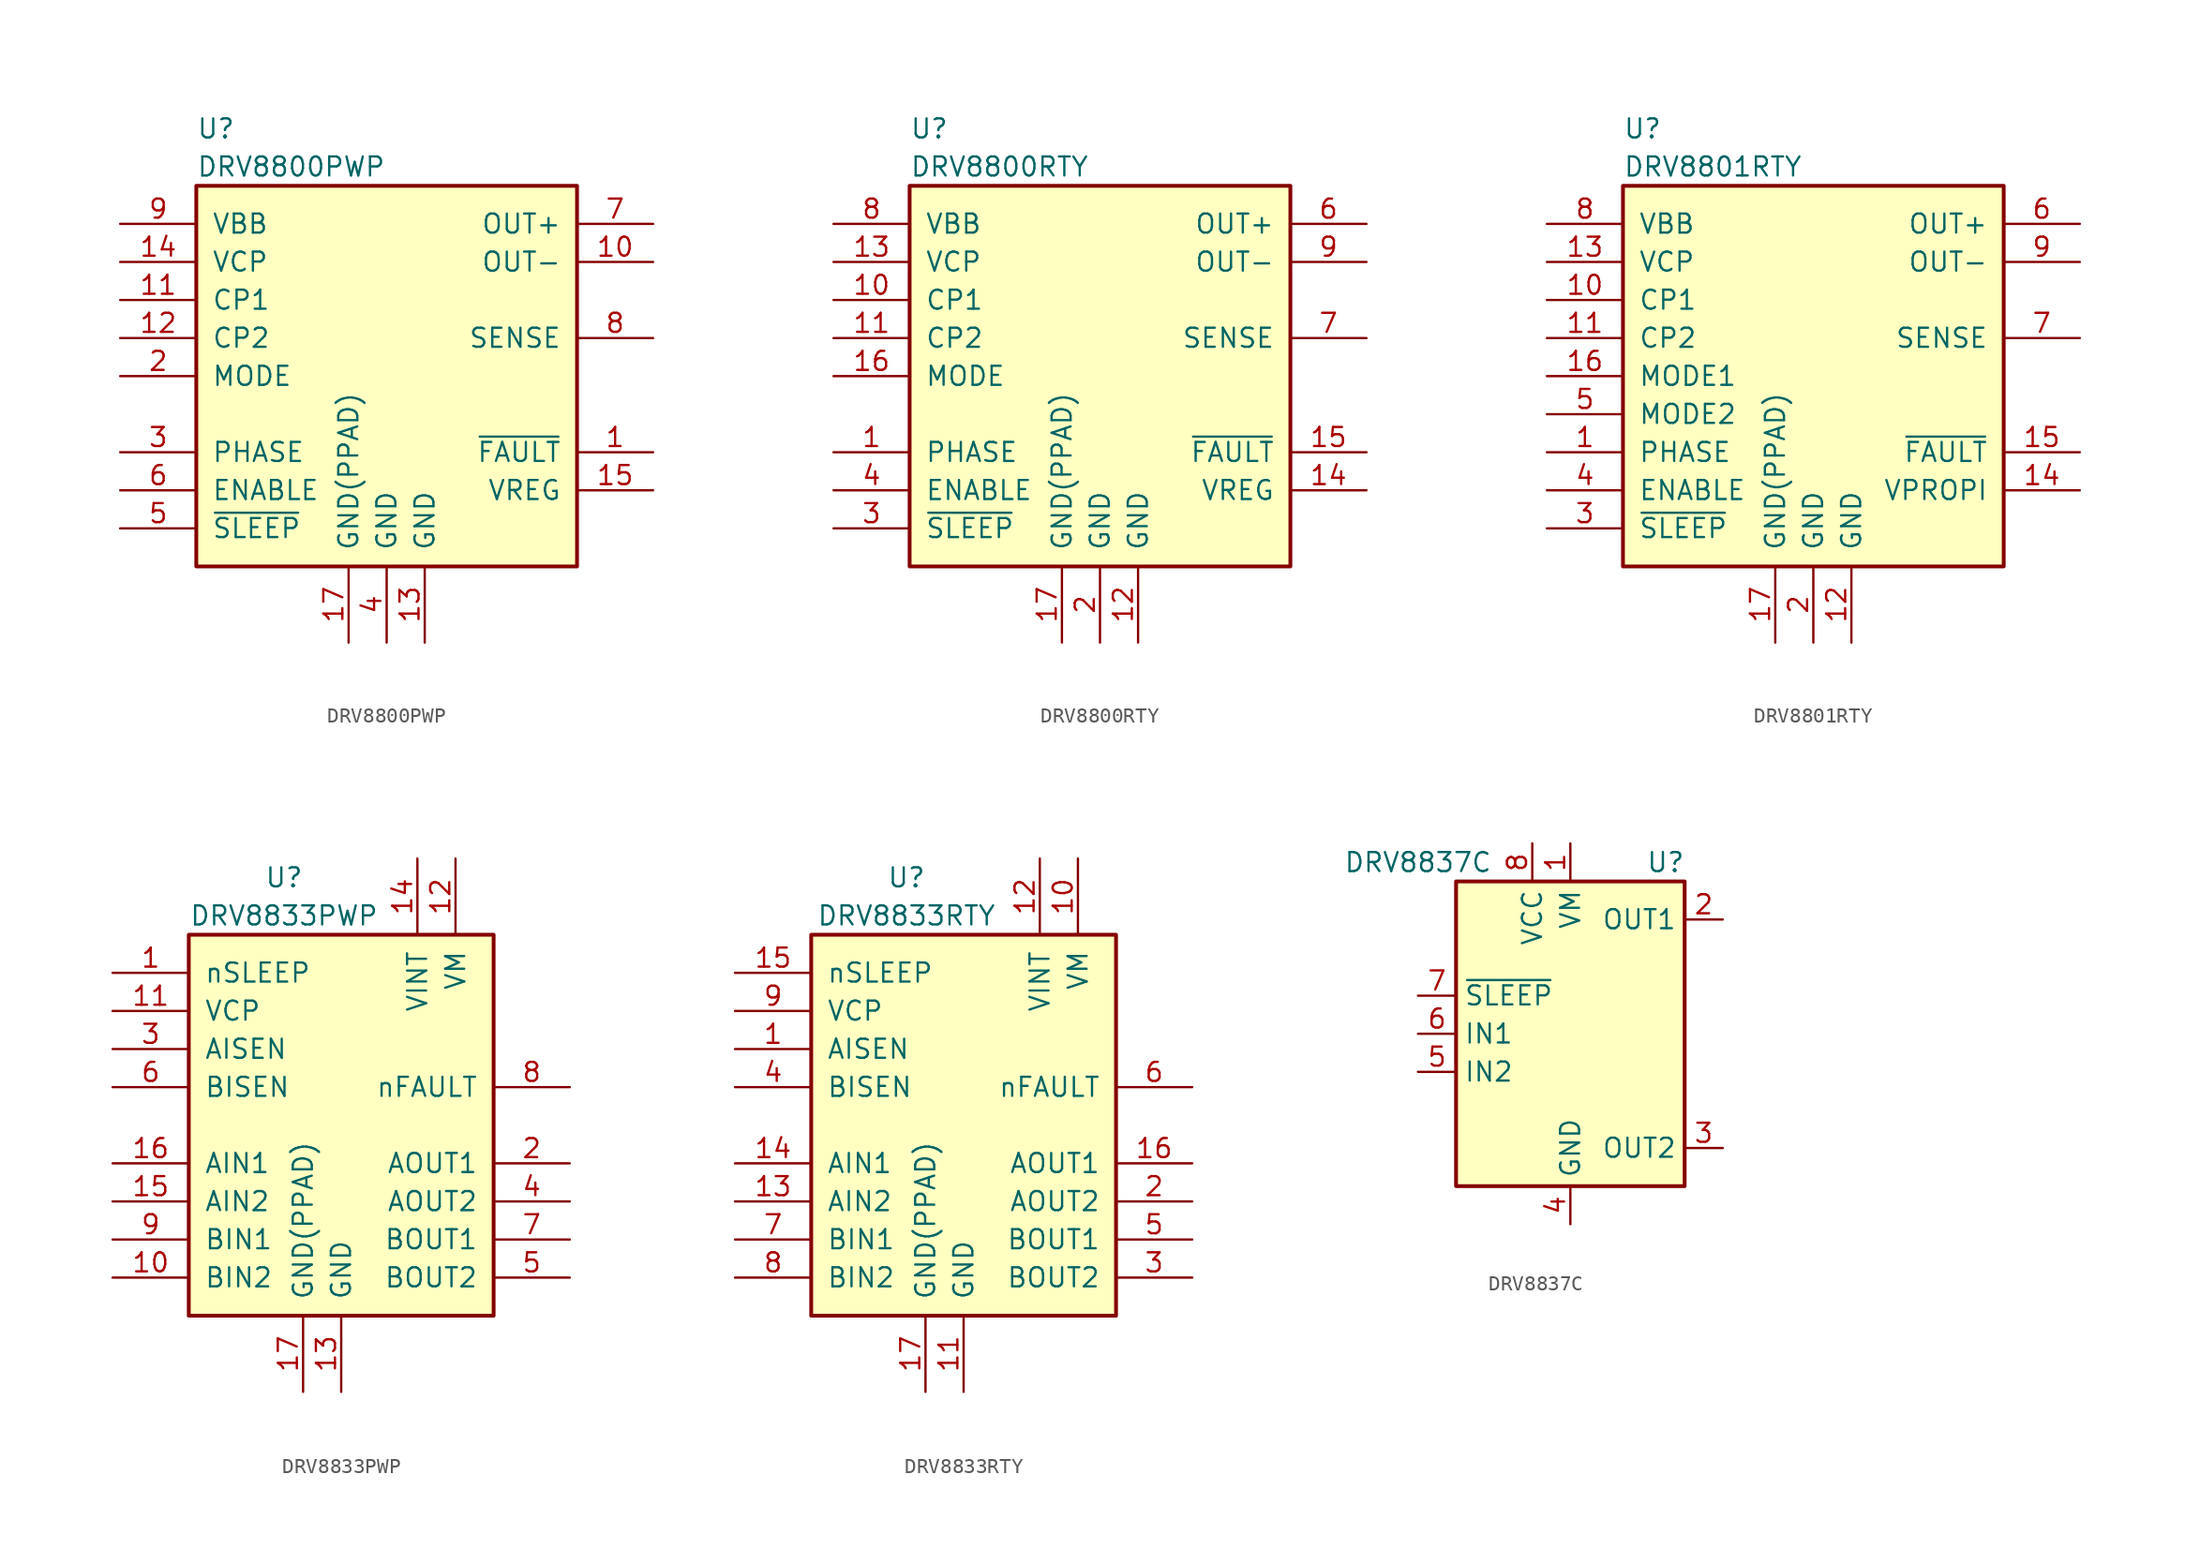
<source format=kicad_sym>
(kicad_symbol_lib
  (version 20211014)
  (generator kicad_symbol_editor)
  (symbol "DRV8800PWP"
    (pin_names
      (offset 1.016))
    (property "Reference" "U"
      (at -12.7 16.51 0)
      (effects (font (size 1.27 1.27)) (justify left)))
    (property "Value" "DRV8800PWP"
      (at -12.7 13.97 0)
      (effects (font (size 1.27 1.27)) (justify left)))
    (symbol "DRV8800PWP_0_1"
      (rectangle (start -12.7 12.7) (end 12.7 -12.7) (stroke (width 0.254) (type default) (color 0 0 0 0)) (fill (type background))))
    (symbol "DRV8800PWP_1_1"
      (pin open_collector line (at 17.78 -5.08 180) (length 5.08) (name "~{FAULT}" (effects (font (size 1.27 1.27)))) (number "1" (effects (font (size 1.27 1.27)))))
      (pin power_out line (at 17.78 7.62 180) (length 5.08) (name "OUT-" (effects (font (size 1.27 1.27)))) (number "10" (effects (font (size 1.27 1.27)))))
      (pin power_in line (at -17.78 5.08 0) (length 5.08) (name "CP1" (effects (font (size 1.27 1.27)))) (number "11" (effects (font (size 1.27 1.27)))))
      (pin power_in line (at -17.78 2.54 0) (length 5.08) (name "CP2" (effects (font (size 1.27 1.27)))) (number "12" (effects (font (size 1.27 1.27)))))
      (pin power_in line (at 2.54 -17.78 90) (length 5.08) (name "GND" (effects (font (size 1.27 1.27)))) (number "13" (effects (font (size 1.27 1.27)))))
      (pin power_in line (at -17.78 7.62 0) (length 5.08) (name "VCP" (effects (font (size 1.27 1.27)))) (number "14" (effects (font (size 1.27 1.27)))))
      (pin output line (at 17.78 -7.62 180) (length 5.08) (name "VREG" (effects (font (size 1.27 1.27)))) (number "15" (effects (font (size 1.27 1.27)))))
      (pin no_connect line (at -17.78 -2.54 0) (length 5.08) hide (name "NC" (effects (font (size 1.27 1.27)))) (number "16" (effects (font (size 1.27 1.27)))))
      (pin power_in line (at -2.54 -17.78 90) (length 5.08) (name "GND(PPAD)" (effects (font (size 1.27 1.27)))) (number "17" (effects (font (size 1.27 1.27)))))
      (pin input line (at -17.78 0 0) (length 5.08) (name "MODE" (effects (font (size 1.27 1.27)))) (number "2" (effects (font (size 1.27 1.27)))))
      (pin input line (at -17.78 -5.08 0) (length 5.08) (name "PHASE" (effects (font (size 1.27 1.27)))) (number "3" (effects (font (size 1.27 1.27)))))
      (pin power_in line (at 0 -17.78 90) (length 5.08) (name "GND" (effects (font (size 1.27 1.27)))) (number "4" (effects (font (size 1.27 1.27)))))
      (pin input line (at -17.78 -10.16 0) (length 5.08) (name "~{SLEEP}" (effects (font (size 1.27 1.27)))) (number "5" (effects (font (size 1.27 1.27)))))
      (pin input line (at -17.78 -7.62 0) (length 5.08) (name "ENABLE" (effects (font (size 1.27 1.27)))) (number "6" (effects (font (size 1.27 1.27)))))
      (pin power_out line (at 17.78 10.16 180) (length 5.08) (name "OUT+" (effects (font (size 1.27 1.27)))) (number "7" (effects (font (size 1.27 1.27)))))
      (pin power_out line (at 17.78 2.54 180) (length 5.08) (name "SENSE" (effects (font (size 1.27 1.27)))) (number "8" (effects (font (size 1.27 1.27)))))
      (pin power_in line (at -17.78 10.16 0) (length 5.08) (name "VBB" (effects (font (size 1.27 1.27)))) (number "9" (effects (font (size 1.27 1.27)))))))
  (symbol "DRV8800RTY"
    (pin_names
      (offset 1.016))
    (property "Reference" "U"
      (at -12.7 16.51 0)
      (effects (font (size 1.27 1.27)) (justify left)))
    (property "Value" "DRV8800RTY"
      (at -12.7 13.97 0)
      (effects (font (size 1.27 1.27)) (justify left)))
    (symbol "DRV8800RTY_0_1"
      (rectangle (start -12.7 12.7) (end 12.7 -12.7) (stroke (width 0.254) (type default) (color 0 0 0 0)) (fill (type background))))
    (symbol "DRV8800RTY_1_1"
      (pin input line (at -17.78 -5.08 0) (length 5.08) (name "PHASE" (effects (font (size 1.27 1.27)))) (number "1" (effects (font (size 1.27 1.27)))))
      (pin power_in line (at -17.78 5.08 0) (length 5.08) (name "CP1" (effects (font (size 1.27 1.27)))) (number "10" (effects (font (size 1.27 1.27)))))
      (pin power_in line (at -17.78 2.54 0) (length 5.08) (name "CP2" (effects (font (size 1.27 1.27)))) (number "11" (effects (font (size 1.27 1.27)))))
      (pin power_in line (at 2.54 -17.78 90) (length 5.08) (name "GND" (effects (font (size 1.27 1.27)))) (number "12" (effects (font (size 1.27 1.27)))))
      (pin power_in line (at -17.78 7.62 0) (length 5.08) (name "VCP" (effects (font (size 1.27 1.27)))) (number "13" (effects (font (size 1.27 1.27)))))
      (pin output line (at 17.78 -7.62 180) (length 5.08) (name "VREG" (effects (font (size 1.27 1.27)))) (number "14" (effects (font (size 1.27 1.27)))))
      (pin open_collector line (at 17.78 -5.08 180) (length 5.08) (name "~{FAULT}" (effects (font (size 1.27 1.27)))) (number "15" (effects (font (size 1.27 1.27)))))
      (pin input line (at -17.78 0 0) (length 5.08) (name "MODE" (effects (font (size 1.27 1.27)))) (number "16" (effects (font (size 1.27 1.27)))))
      (pin power_in line (at -2.54 -17.78 90) (length 5.08) (name "GND(PPAD)" (effects (font (size 1.27 1.27)))) (number "17" (effects (font (size 1.27 1.27)))))
      (pin power_in line (at 0 -17.78 90) (length 5.08) (name "GND" (effects (font (size 1.27 1.27)))) (number "2" (effects (font (size 1.27 1.27)))))
      (pin input line (at -17.78 -10.16 0) (length 5.08) (name "~{SLEEP}" (effects (font (size 1.27 1.27)))) (number "3" (effects (font (size 1.27 1.27)))))
      (pin input line (at -17.78 -7.62 0) (length 5.08) (name "ENABLE" (effects (font (size 1.27 1.27)))) (number "4" (effects (font (size 1.27 1.27)))))
      (pin no_connect line (at -17.78 -2.54 0) (length 5.08) hide (name "NC" (effects (font (size 1.27 1.27)))) (number "5" (effects (font (size 1.27 1.27)))))
      (pin power_out line (at 17.78 10.16 180) (length 5.08) (name "OUT+" (effects (font (size 1.27 1.27)))) (number "6" (effects (font (size 1.27 1.27)))))
      (pin power_out line (at 17.78 2.54 180) (length 5.08) (name "SENSE" (effects (font (size 1.27 1.27)))) (number "7" (effects (font (size 1.27 1.27)))))
      (pin power_in line (at -17.78 10.16 0) (length 5.08) (name "VBB" (effects (font (size 1.27 1.27)))) (number "8" (effects (font (size 1.27 1.27)))))
      (pin power_out line (at 17.78 7.62 180) (length 5.08) (name "OUT-" (effects (font (size 1.27 1.27)))) (number "9" (effects (font (size 1.27 1.27)))))))
  (symbol "DRV8801RTY"
    (pin_names
      (offset 1.016))
    (property "Reference" "U"
      (at -12.7 16.51 0)
      (effects (font (size 1.27 1.27)) (justify left)))
    (property "Value" "DRV8801RTY"
      (at -12.7 13.97 0)
      (effects (font (size 1.27 1.27)) (justify left)))
    (symbol "DRV8801RTY_0_1"
      (rectangle (start -12.7 12.7) (end 12.7 -12.7) (stroke (width 0.254) (type default) (color 0 0 0 0)) (fill (type background))))
    (symbol "DRV8801RTY_1_1"
      (pin input line (at -17.78 -5.08 0) (length 5.08) (name "PHASE" (effects (font (size 1.27 1.27)))) (number "1" (effects (font (size 1.27 1.27)))))
      (pin power_in line (at -17.78 5.08 0) (length 5.08) (name "CP1" (effects (font (size 1.27 1.27)))) (number "10" (effects (font (size 1.27 1.27)))))
      (pin power_in line (at -17.78 2.54 0) (length 5.08) (name "CP2" (effects (font (size 1.27 1.27)))) (number "11" (effects (font (size 1.27 1.27)))))
      (pin power_in line (at 2.54 -17.78 90) (length 5.08) (name "GND" (effects (font (size 1.27 1.27)))) (number "12" (effects (font (size 1.27 1.27)))))
      (pin power_in line (at -17.78 7.62 0) (length 5.08) (name "VCP" (effects (font (size 1.27 1.27)))) (number "13" (effects (font (size 1.27 1.27)))))
      (pin output line (at 17.78 -7.62 180) (length 5.08) (name "VPROPI" (effects (font (size 1.27 1.27)))) (number "14" (effects (font (size 1.27 1.27)))))
      (pin open_collector line (at 17.78 -5.08 180) (length 5.08) (name "~{FAULT}" (effects (font (size 1.27 1.27)))) (number "15" (effects (font (size 1.27 1.27)))))
      (pin input line (at -17.78 0 0) (length 5.08) (name "MODE1" (effects (font (size 1.27 1.27)))) (number "16" (effects (font (size 1.27 1.27)))))
      (pin power_in line (at -2.54 -17.78 90) (length 5.08) (name "GND(PPAD)" (effects (font (size 1.27 1.27)))) (number "17" (effects (font (size 1.27 1.27)))))
      (pin power_in line (at 0 -17.78 90) (length 5.08) (name "GND" (effects (font (size 1.27 1.27)))) (number "2" (effects (font (size 1.27 1.27)))))
      (pin input line (at -17.78 -10.16 0) (length 5.08) (name "~{SLEEP}" (effects (font (size 1.27 1.27)))) (number "3" (effects (font (size 1.27 1.27)))))
      (pin input line (at -17.78 -7.62 0) (length 5.08) (name "ENABLE" (effects (font (size 1.27 1.27)))) (number "4" (effects (font (size 1.27 1.27)))))
      (pin input line (at -17.78 -2.54 0) (length 5.08) (name "MODE2" (effects (font (size 1.27 1.27)))) (number "5" (effects (font (size 1.27 1.27)))))
      (pin power_out line (at 17.78 10.16 180) (length 5.08) (name "OUT+" (effects (font (size 1.27 1.27)))) (number "6" (effects (font (size 1.27 1.27)))))
      (pin power_out line (at 17.78 2.54 180) (length 5.08) (name "SENSE" (effects (font (size 1.27 1.27)))) (number "7" (effects (font (size 1.27 1.27)))))
      (pin power_in line (at -17.78 10.16 0) (length 5.08) (name "VBB" (effects (font (size 1.27 1.27)))) (number "8" (effects (font (size 1.27 1.27)))))
      (pin power_out line (at 17.78 7.62 180) (length 5.08) (name "OUT-" (effects (font (size 1.27 1.27)))) (number "9" (effects (font (size 1.27 1.27)))))))
  (symbol "DRV8833PWP"
    (pin_names
      (offset 1.016))
    (property "Reference" "U"
      (at -3.81 16.51 0)
      (effects (font (size 1.27 1.27))))
    (property "Value" "DRV8833PWP"
      (at -3.81 13.97 0)
      (effects (font (size 1.27 1.27))))
    (symbol "DRV8833PWP_0_1"
      (rectangle (start -10.16 12.7) (end 10.16 -12.7) (stroke (width 0.254) (type default) (color 0 0 0 0)) (fill (type background))))
    (symbol "DRV8833PWP_1_1"
      (pin input line (at -15.24 10.16 0) (length 5.08) (name "nSLEEP" (effects (font (size 1.27 1.27)))) (number "1" (effects (font (size 1.27 1.27)))))
      (pin input line (at -15.24 -10.16 0) (length 5.08) (name "BIN2" (effects (font (size 1.27 1.27)))) (number "10" (effects (font (size 1.27 1.27)))))
      (pin bidirectional line (at -15.24 7.62 0) (length 5.08) (name "VCP" (effects (font (size 1.27 1.27)))) (number "11" (effects (font (size 1.27 1.27)))))
      (pin power_in line (at 7.62 17.78 270) (length 5.08) (name "VM" (effects (font (size 1.27 1.27)))) (number "12" (effects (font (size 1.27 1.27)))))
      (pin power_in line (at 0 -17.78 90) (length 5.08) (name "GND" (effects (font (size 1.27 1.27)))) (number "13" (effects (font (size 1.27 1.27)))))
      (pin input line (at 5.08 17.78 270) (length 5.08) (name "VINT" (effects (font (size 1.27 1.27)))) (number "14" (effects (font (size 1.27 1.27)))))
      (pin input line (at -15.24 -5.08 0) (length 5.08) (name "AIN2" (effects (font (size 1.27 1.27)))) (number "15" (effects (font (size 1.27 1.27)))))
      (pin input line (at -15.24 -2.54 0) (length 5.08) (name "AIN1" (effects (font (size 1.27 1.27)))) (number "16" (effects (font (size 1.27 1.27)))))
      (pin power_in line (at -2.54 -17.78 90) (length 5.08) (name "GND(PPAD)" (effects (font (size 1.27 1.27)))) (number "17" (effects (font (size 1.27 1.27)))))
      (pin power_out line (at 15.24 -2.54 180) (length 5.08) (name "AOUT1" (effects (font (size 1.27 1.27)))) (number "2" (effects (font (size 1.27 1.27)))))
      (pin bidirectional line (at -15.24 5.08 0) (length 5.08) (name "AISEN" (effects (font (size 1.27 1.27)))) (number "3" (effects (font (size 1.27 1.27)))))
      (pin power_out line (at 15.24 -5.08 180) (length 5.08) (name "AOUT2" (effects (font (size 1.27 1.27)))) (number "4" (effects (font (size 1.27 1.27)))))
      (pin power_out line (at 15.24 -10.16 180) (length 5.08) (name "BOUT2" (effects (font (size 1.27 1.27)))) (number "5" (effects (font (size 1.27 1.27)))))
      (pin bidirectional line (at -15.24 2.54 0) (length 5.08) (name "BISEN" (effects (font (size 1.27 1.27)))) (number "6" (effects (font (size 1.27 1.27)))))
      (pin power_out line (at 15.24 -7.62 180) (length 5.08) (name "BOUT1" (effects (font (size 1.27 1.27)))) (number "7" (effects (font (size 1.27 1.27)))))
      (pin open_collector line (at 15.24 2.54 180) (length 5.08) (name "nFAULT" (effects (font (size 1.27 1.27)))) (number "8" (effects (font (size 1.27 1.27)))))
      (pin input line (at -15.24 -7.62 0) (length 5.08) (name "BIN1" (effects (font (size 1.27 1.27)))) (number "9" (effects (font (size 1.27 1.27)))))))
  (symbol "DRV8833RTY"
    (pin_names
      (offset 1.016))
    (property "Reference" "U"
      (at -3.81 16.51 0)
      (effects (font (size 1.27 1.27))))
    (property "Value" "DRV8833RTY"
      (at -3.81 13.97 0)
      (effects (font (size 1.27 1.27))))
    (symbol "DRV8833RTY_0_1"
      (rectangle (start -10.16 12.7) (end 10.16 -12.7) (stroke (width 0.254) (type default) (color 0 0 0 0)) (fill (type background))))
    (symbol "DRV8833RTY_1_1"
      (pin bidirectional line (at -15.24 5.08 0) (length 5.08) (name "AISEN" (effects (font (size 1.27 1.27)))) (number "1" (effects (font (size 1.27 1.27)))))
      (pin power_in line (at 7.62 17.78 270) (length 5.08) (name "VM" (effects (font (size 1.27 1.27)))) (number "10" (effects (font (size 1.27 1.27)))))
      (pin power_in line (at 0 -17.78 90) (length 5.08) (name "GND" (effects (font (size 1.27 1.27)))) (number "11" (effects (font (size 1.27 1.27)))))
      (pin power_in line (at 5.08 17.78 270) (length 5.08) (name "VINT" (effects (font (size 1.27 1.27)))) (number "12" (effects (font (size 1.27 1.27)))))
      (pin input line (at -15.24 -5.08 0) (length 5.08) (name "AIN2" (effects (font (size 1.27 1.27)))) (number "13" (effects (font (size 1.27 1.27)))))
      (pin input line (at -15.24 -2.54 0) (length 5.08) (name "AIN1" (effects (font (size 1.27 1.27)))) (number "14" (effects (font (size 1.27 1.27)))))
      (pin input line (at -15.24 10.16 0) (length 5.08) (name "nSLEEP" (effects (font (size 1.27 1.27)))) (number "15" (effects (font (size 1.27 1.27)))))
      (pin power_out line (at 15.24 -2.54 180) (length 5.08) (name "AOUT1" (effects (font (size 1.27 1.27)))) (number "16" (effects (font (size 1.27 1.27)))))
      (pin power_in line (at -2.54 -17.78 90) (length 5.08) (name "GND(PPAD)" (effects (font (size 1.27 1.27)))) (number "17" (effects (font (size 1.27 1.27)))))
      (pin power_out line (at 15.24 -5.08 180) (length 5.08) (name "AOUT2" (effects (font (size 1.27 1.27)))) (number "2" (effects (font (size 1.27 1.27)))))
      (pin power_out line (at 15.24 -10.16 180) (length 5.08) (name "BOUT2" (effects (font (size 1.27 1.27)))) (number "3" (effects (font (size 1.27 1.27)))))
      (pin bidirectional line (at -15.24 2.54 0) (length 5.08) (name "BISEN" (effects (font (size 1.27 1.27)))) (number "4" (effects (font (size 1.27 1.27)))))
      (pin power_out line (at 15.24 -7.62 180) (length 5.08) (name "BOUT1" (effects (font (size 1.27 1.27)))) (number "5" (effects (font (size 1.27 1.27)))))
      (pin open_collector line (at 15.24 2.54 180) (length 5.08) (name "nFAULT" (effects (font (size 1.27 1.27)))) (number "6" (effects (font (size 1.27 1.27)))))
      (pin input line (at -15.24 -7.62 0) (length 5.08) (name "BIN1" (effects (font (size 1.27 1.27)))) (number "7" (effects (font (size 1.27 1.27)))))
      (pin input line (at -15.24 -10.16 0) (length 5.08) (name "BIN2" (effects (font (size 1.27 1.27)))) (number "8" (effects (font (size 1.27 1.27)))))
      (pin bidirectional line (at -15.24 7.62 0) (length 5.08) (name "VCP" (effects (font (size 1.27 1.27)))) (number "9" (effects (font (size 1.27 1.27)))))))
  (symbol "DRV8837C"
    (property "Reference" "U"
      (at 6.35 11.43 0)
      (effects (font (size 1.27 1.27))))
    (property "Value" "DRV8837C"
      (at -10.16 11.43 0)
      (effects (font (size 1.27 1.27))))
    (symbol "DRV8837C_0_1"
      (rectangle (start -7.62 10.16) (end 7.62 -10.16) (stroke (width 0.254) (type default) (color 0 0 0 0)) (fill (type background))))
    (symbol "DRV8837C_1_1"
      (pin power_in line (at 0 12.7 270) (length 2.54) (name "VM" (effects (font (size 1.27 1.27)))) (number "1" (effects (font (size 1.27 1.27)))))
      (pin output line (at 10.16 7.62 180) (length 2.54) (name "OUT1" (effects (font (size 1.27 1.27)))) (number "2" (effects (font (size 1.27 1.27)))))
      (pin output line (at 10.16 -7.62 180) (length 2.54) (name "OUT2" (effects (font (size 1.27 1.27)))) (number "3" (effects (font (size 1.27 1.27)))))
      (pin power_in line (at 0 -12.7 90) (length 2.54) (name "GND" (effects (font (size 1.27 1.27)))) (number "4" (effects (font (size 1.27 1.27)))))
      (pin input line (at -10.16 -2.54 0) (length 2.54) (name "IN2" (effects (font (size 1.27 1.27)))) (number "5" (effects (font (size 1.27 1.27)))))
      (pin input line (at -10.16 0 0) (length 2.54) (name "IN1" (effects (font (size 1.27 1.27)))) (number "6" (effects (font (size 1.27 1.27)))))
      (pin input line (at -10.16 2.54 0) (length 2.54) (name "~{SLEEP}" (effects (font (size 1.27 1.27)))) (number "7" (effects (font (size 1.27 1.27)))))
      (pin power_in line (at -2.54 12.7 270) (length 2.54) (name "VCC" (effects (font (size 1.27 1.27)))) (number "8" (effects (font (size 1.27 1.27)))))
      (pin passive line (at 0 -12.7 90) (length 2.54) hide (name "GND" (effects (font (size 1.27 1.27)))) (number "9" (effects (font (size 1.27 1.27))))))))
</source>
